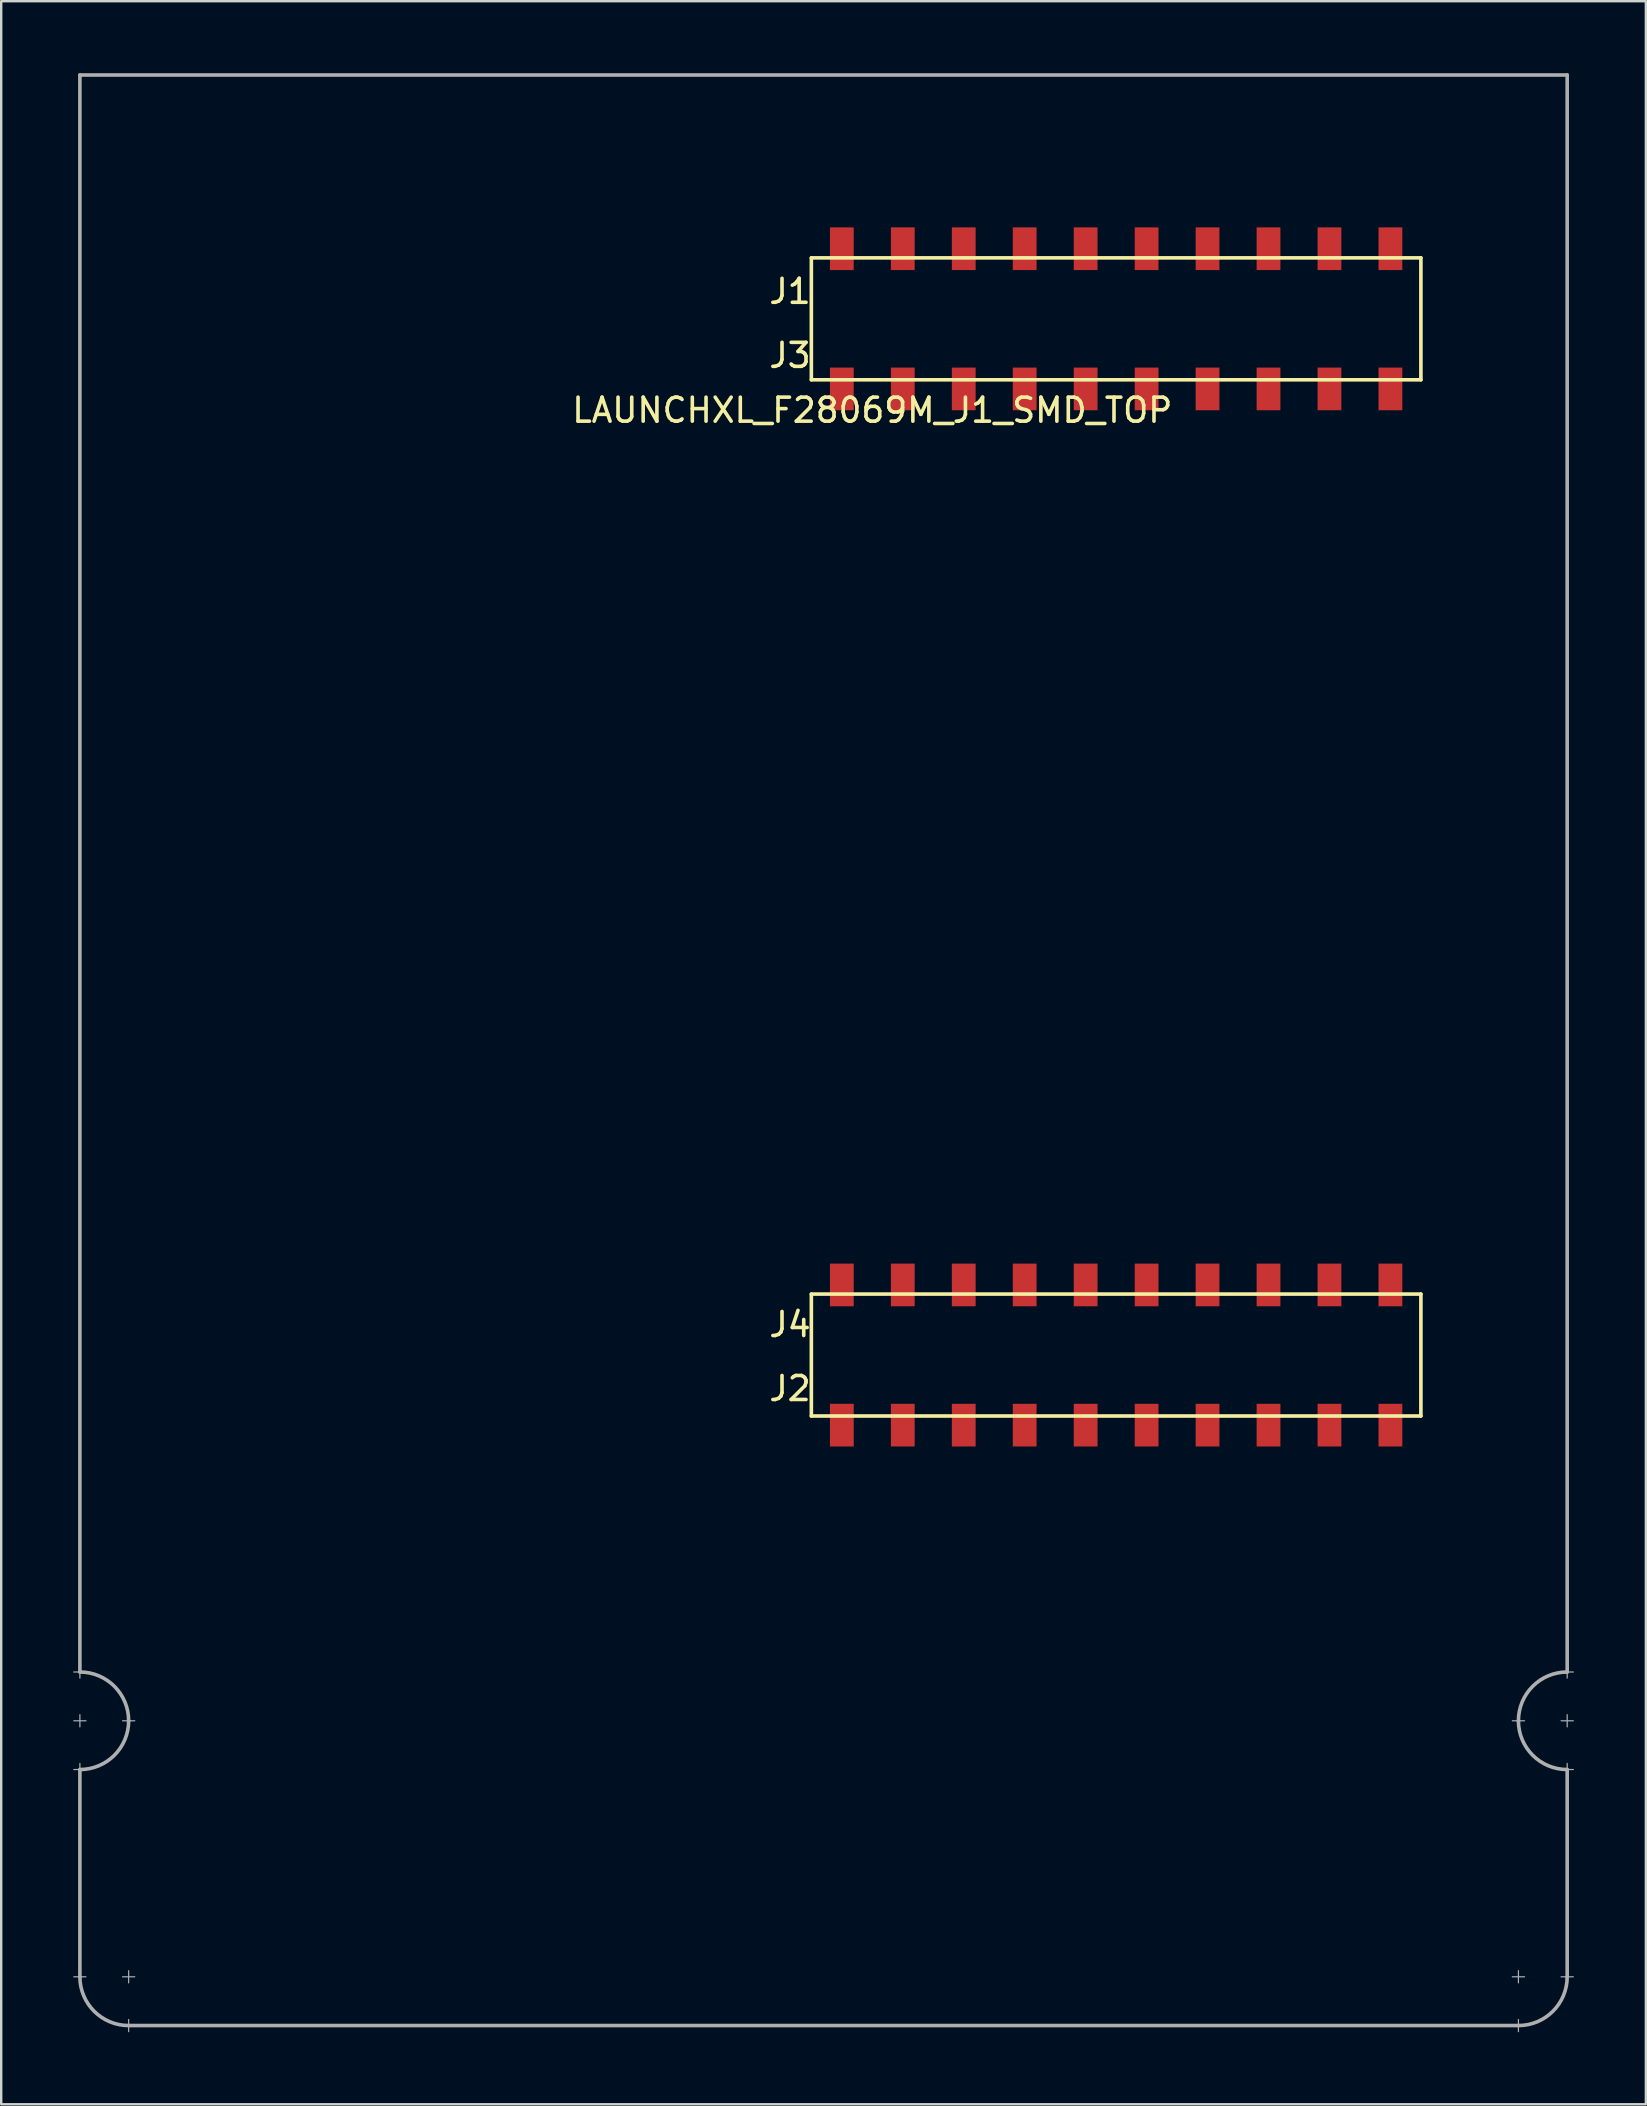
<source format=kicad_pcb>
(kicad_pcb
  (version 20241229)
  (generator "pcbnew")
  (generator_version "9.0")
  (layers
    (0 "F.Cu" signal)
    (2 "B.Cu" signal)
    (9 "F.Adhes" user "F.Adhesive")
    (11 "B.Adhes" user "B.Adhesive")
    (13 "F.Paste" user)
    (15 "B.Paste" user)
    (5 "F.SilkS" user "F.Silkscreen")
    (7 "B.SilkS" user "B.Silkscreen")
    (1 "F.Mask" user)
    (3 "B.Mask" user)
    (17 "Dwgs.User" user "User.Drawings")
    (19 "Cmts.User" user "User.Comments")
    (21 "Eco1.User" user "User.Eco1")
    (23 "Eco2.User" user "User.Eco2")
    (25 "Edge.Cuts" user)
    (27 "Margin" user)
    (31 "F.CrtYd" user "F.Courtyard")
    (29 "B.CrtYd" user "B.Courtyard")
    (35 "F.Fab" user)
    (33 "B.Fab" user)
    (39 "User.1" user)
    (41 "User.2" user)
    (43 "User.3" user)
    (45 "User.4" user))
  (footprint "LAUNCHXL_F28069M_J1_SMD_TOP"
    (layer "F.Cu")
    (at 0.279 55.955)
    (property "Reference" "LAUNCHXL_F28069M_J1_SMD_TOP" (at 33.02 -41.91 0) (layer "F.SilkS") (effects (font (size 1 1) (thickness 0.15))))
    (attr through_hole)
    (fp_line (start 30.48 -48.26) (end 30.48 -43.18) (stroke (width 0.15) (type solid)) (layer "F.SilkS"))
    (fp_line (start 30.48 -43.18) (end 55.88 -43.18) (stroke (width 0.15) (type solid)) (layer "F.SilkS"))
    (fp_line (start 30.48 -5.08) (end 30.48 0) (stroke (width 0.15) (type solid)) (layer "F.SilkS"))
    (fp_line (start 30.48 0) (end 55.88 0) (stroke (width 0.15) (type solid)) (layer "F.SilkS"))
    (fp_line (start 55.88 -48.26) (end 30.48 -48.26) (stroke (width 0.15) (type solid)) (layer "F.SilkS"))
    (fp_line (start 55.88 -43.18) (end 55.88 -48.26) (stroke (width 0.15) (type solid)) (layer "F.SilkS"))
    (fp_line (start 55.88 -5.08) (end 30.48 -5.08) (stroke (width 0.15) (type solid)) (layer "F.SilkS"))
    (fp_line (start 55.88 0) (end 55.88 -5.08) (stroke (width 0.15) (type solid)) (layer "F.SilkS"))
    (fp_line (start -0.254 10.668) (end 0.254 10.668) (stroke (width 0.05) (type solid)) (layer "F.Fab"))
    (fp_line (start -0.254 12.7) (end 0.254 12.7) (stroke (width 0.05) (type solid)) (layer "F.Fab"))
    (fp_line (start -0.254 14.732) (end 0.254 14.732) (stroke (width 0.05) (type solid)) (layer "F.Fab"))
    (fp_line (start 0 -55.88) (end 0 10.668) (stroke (width 0.15) (type solid)) (layer "F.Fab"))
    (fp_line (start 0 10.414) (end 0 10.922) (stroke (width 0.05) (type solid)) (layer "F.Fab"))
    (fp_line (start 0 12.446) (end 0 12.954) (stroke (width 0.05) (type solid)) (layer "F.Fab"))
    (fp_line (start 0 14.478) (end 0 14.986) (stroke (width 0.05) (type solid)) (layer "F.Fab"))
    (fp_line (start 0 14.732) (end 0 23.368) (stroke (width 0.15) (type solid)) (layer "F.Fab"))
    (fp_line (start 0 23.114) (end 0 23.622) (stroke (width 0.05) (type solid)) (layer "F.Fab"))
    (fp_line (start 0.254 23.368) (end -0.254 23.368) (stroke (width 0.05) (type solid)) (layer "F.Fab"))
    (fp_line (start 1.778 12.7) (end 2.286 12.7) (stroke (width 0.05) (type solid)) (layer "F.Fab"))
    (fp_line (start 2.032 23.114) (end 2.032 23.622) (stroke (width 0.05) (type solid)) (layer "F.Fab"))
    (fp_line (start 2.032 25.146) (end 2.032 25.654) (stroke (width 0.05) (type solid)) (layer "F.Fab"))
    (fp_line (start 2.032 25.4) (end 59.944 25.4) (stroke (width 0.15) (type solid)) (layer "F.Fab"))
    (fp_line (start 2.286 23.368) (end 1.778 23.368) (stroke (width 0.05) (type solid)) (layer "F.Fab"))
    (fp_line (start 59.69 23.368) (end 60.198 23.368) (stroke (width 0.05) (type solid)) (layer "F.Fab"))
    (fp_line (start 59.69 25.4) (end 60.198 25.4) (stroke (width 0.05) (type solid)) (layer "F.Fab"))
    (fp_line (start 59.944 23.114) (end 59.944 23.622) (stroke (width 0.05) (type solid)) (layer "F.Fab"))
    (fp_line (start 59.944 25.146) (end 59.944 25.654) (stroke (width 0.05) (type solid)) (layer "F.Fab"))
    (fp_line (start 60.198 12.7) (end 59.69 12.7) (stroke (width 0.05) (type solid)) (layer "F.Fab"))
    (fp_line (start 61.722 23.368) (end 62.23 23.368) (stroke (width 0.05) (type solid)) (layer "F.Fab"))
    (fp_line (start 61.976 -55.88) (end 0 -55.88) (stroke (width 0.15) (type solid)) (layer "F.Fab"))
    (fp_line (start 61.976 10.668) (end 61.976 -55.88) (stroke (width 0.15) (type solid)) (layer "F.Fab"))
    (fp_line (start 61.976 10.922) (end 61.976 10.414) (stroke (width 0.05) (type solid)) (layer "F.Fab"))
    (fp_line (start 61.976 12.954) (end 61.976 12.446) (stroke (width 0.05) (type solid)) (layer "F.Fab"))
    (fp_line (start 61.976 14.732) (end 61.976 23.368) (stroke (width 0.15) (type solid)) (layer "F.Fab"))
    (fp_line (start 61.976 14.986) (end 61.976 14.478) (stroke (width 0.05) (type solid)) (layer "F.Fab"))
    (fp_line (start 62.23 10.668) (end 61.722 10.668) (stroke (width 0.05) (type solid)) (layer "F.Fab"))
    (fp_line (start 62.23 12.7) (end 61.722 12.7) (stroke (width 0.05) (type solid)) (layer "F.Fab"))
    (fp_line (start 62.23 14.732) (end 61.722 14.732) (stroke (width 0.05) (type solid)) (layer "F.Fab"))
    (fp_arc (start 0 10.668) (mid 1.436841 11.263159) (end 2.032 12.7) (stroke (width 0.15) (type solid)) (layer "F.Fab"))
    (fp_arc (start 2.032 12.7) (mid 1.436841 14.136841) (end 0 14.732) (stroke (width 0.15) (type solid)) (layer "F.Fab"))
    (fp_arc (start 2.032 25.4) (mid 0.595159 24.804841) (end 0 23.368) (stroke (width 0.15) (type solid)) (layer "F.Fab"))
    (fp_arc (start 59.944 12.7) (mid 60.539159 11.263159) (end 61.976 10.668) (stroke (width 0.15) (type solid)) (layer "F.Fab"))
    (fp_arc (start 61.976 14.732) (mid 60.539159 14.136841) (end 59.944 12.7) (stroke (width 0.15) (type solid)) (layer "F.Fab"))
    (fp_arc (start 61.976 23.368) (mid 61.380841 24.804841) (end 59.944 25.4) (stroke (width 0.15) (type solid)) (layer "F.Fab"))
    (fp_text user "J1" (at 29.591 -46.863 0) (layer "F.SilkS") (effects (font (size 1 1) (thickness 0.15))))
    (fp_text user "J3" (at 29.591 -44.196 0) (layer "F.SilkS") (effects (font (size 1 1) (thickness 0.15))))
    (fp_text user "J4" (at 29.591 -3.81 0) (layer "F.SilkS") (effects (font (size 1 1) (thickness 0.15))))
    (fp_text user "J2" (at 29.591 -1.143 0) (layer "F.SilkS") (effects (font (size 1 1) (thickness 0.15))))
    (pad "+3V3" smd rect (at 54.61 -48.641) (size 0.991 1.778) (layers "F.Cu" "F.Mask" "F.Paste"))
    (pad "+5V" smd rect (at 54.61 -42.799) (size 0.991 1.778) (layers "F.Cu" "F.Mask" "F.Paste"))
    (pad "A_A0" smd rect (at 39.37 -42.799) (size 0.991 1.778) (layers "F.Cu" "F.Mask" "F.Paste"))
    (pad "A_A1" smd rect (at 34.29 -42.799) (size 0.991 1.778) (layers "F.Cu" "F.Mask" "F.Paste"))
    (pad "A_A2" smd rect (at 44.45 -42.799) (size 0.991 1.778) (layers "F.Cu" "F.Mask" "F.Paste"))
    (pad "A_A6" smd rect (at 52.07 -48.641) (size 0.991 1.778) (layers "F.Cu" "F.Mask" "F.Paste"))
    (pad "A_A7" smd rect (at 49.53 -42.799) (size 0.991 1.778) (layers "F.Cu" "F.Mask" "F.Paste"))
    (pad "A_B0" smd rect (at 36.83 -42.799) (size 0.991 1.778) (layers "F.Cu" "F.Mask" "F.Paste"))
    (pad "A_B1" smd rect (at 46.99 -42.799) (size 0.991 1.778) (layers "F.Cu" "F.Mask" "F.Paste"))
    (pad "A_B2" smd rect (at 41.91 -42.799) (size 0.991 1.778) (layers "F.Cu" "F.Mask" "F.Paste"))
    (pad "A_B6" smd rect (at 41.91 -48.641) (size 0.991 1.778) (layers "F.Cu" "F.Mask" "F.Paste"))
    (pad "DAC1" smd rect (at 34.29 -5.461) (size 0.991 1.778) (layers "F.Cu" "F.Mask" "F.Paste"))
    (pad "DAC2" smd rect (at 31.75 -5.461) (size 0.991 1.778) (layers "F.Cu" "F.Mask" "F.Paste"))
    (pad "GND" smd rect (at 52.07 -42.799) (size 0.991 1.778) (layers "F.Cu" "F.Mask" "F.Paste"))
    (pad "GND" smd rect (at 54.61 0.381) (size 0.991 1.778) (layers "F.Cu" "F.Mask" "F.Paste"))
    (pad "NC" smd rect (at 31.75 -42.799) (size 0.991 1.778) (layers "F.Cu" "F.Mask" "F.Paste"))
    (pad "NC" smd rect (at 36.83 -5.461) (size 0.991 1.778) (layers "F.Cu" "F.Mask" "F.Paste"))
    (pad "NC" smd rect (at 46.99 0.381) (size 0.991 1.778) (layers "F.Cu" "F.Mask" "F.Paste"))
    (pad "P_0" smd rect (at 54.61 -5.461) (size 0.991 1.778) (layers "F.Cu" "F.Mask" "F.Paste"))
    (pad "P_1" smd rect (at 52.07 -5.461) (size 0.991 1.778) (layers "F.Cu" "F.Mask" "F.Paste"))
    (pad "P_2" smd rect (at 49.53 -5.461) (size 0.991 1.778) (layers "F.Cu" "F.Mask" "F.Paste"))
    (pad "P_3" smd rect (at 46.99 -5.461) (size 0.991 1.778) (layers "F.Cu" "F.Mask" "F.Paste"))
    (pad "P_4" smd rect (at 44.45 -5.461) (size 0.991 1.778) (layers "F.Cu" "F.Mask" "F.Paste"))
    (pad "P_5" smd rect (at 41.91 -5.461) (size 0.991 1.778) (layers "F.Cu" "F.Mask" "F.Paste"))
    (pad "P_12" smd rect (at 44.45 -48.641) (size 0.991 1.778) (layers "F.Cu" "F.Mask" "F.Paste"))
    (pad "P_13" smd rect (at 39.37 -5.461) (size 0.991 1.778) (layers "F.Cu" "F.Mask" "F.Paste"))
    (pad "P_16" smd rect (at 41.91 0.381) (size 0.991 1.778) (layers "F.Cu" "F.Mask" "F.Paste"))
    (pad "P_17" smd rect (at 39.37 0.381) (size 0.991 1.778) (layers "F.Cu" "F.Mask" "F.Paste"))
    (pad "P_18" smd rect (at 39.37 -48.641) (size 0.991 1.778) (layers "F.Cu" "F.Mask" "F.Paste"))
    (pad "P_19" smd rect (at 52.07 0.381) (size 0.991 1.778) (layers "F.Cu" "F.Mask" "F.Paste"))
    (pad "P_22" smd rect (at 36.83 -48.641) (size 0.991 1.778) (layers "F.Cu" "F.Mask" "F.Paste"))
    (pad "P_28" smd rect (at 49.53 -48.641) (size 0.991 1.778) (layers "F.Cu" "F.Mask" "F.Paste"))
    (pad "P_29" smd rect (at 46.99 -48.641) (size 0.991 1.778) (layers "F.Cu" "F.Mask" "F.Paste"))
    (pad "P_32" smd rect (at 31.75 -48.641) (size 0.991 1.778) (layers "F.Cu" "F.Mask" "F.Paste"))
    (pad "P_33" smd rect (at 34.29 -48.641) (size 0.991 1.778) (layers "F.Cu" "F.Mask" "F.Paste"))
    (pad "P_44" smd rect (at 49.53 0.381) (size 0.991 1.778) (layers "F.Cu" "F.Mask" "F.Paste"))
    (pad "P_50" smd rect (at 36.83 0.381) (size 0.991 1.778) (layers "F.Cu" "F.Mask" "F.Paste"))
    (pad "P_51" smd rect (at 34.29 0.381) (size 0.991 1.778) (layers "F.Cu" "F.Mask" "F.Paste"))
    (pad "P_55" smd rect (at 31.75 0.381) (size 0.991 1.778) (layers "F.Cu" "F.Mask" "F.Paste"))
    (pad "Rese" smd rect (at 44.45 0.381) (size 0.991 1.778) (layers "F.Cu" "F.Mask" "F.Paste")))
  (gr_rect
    (start -3 -3)
    (end 65.534 84.634)
    (stroke (width 0.1) (type default))
    (fill no)
    (layer "Edge.Cuts")))
</source>
